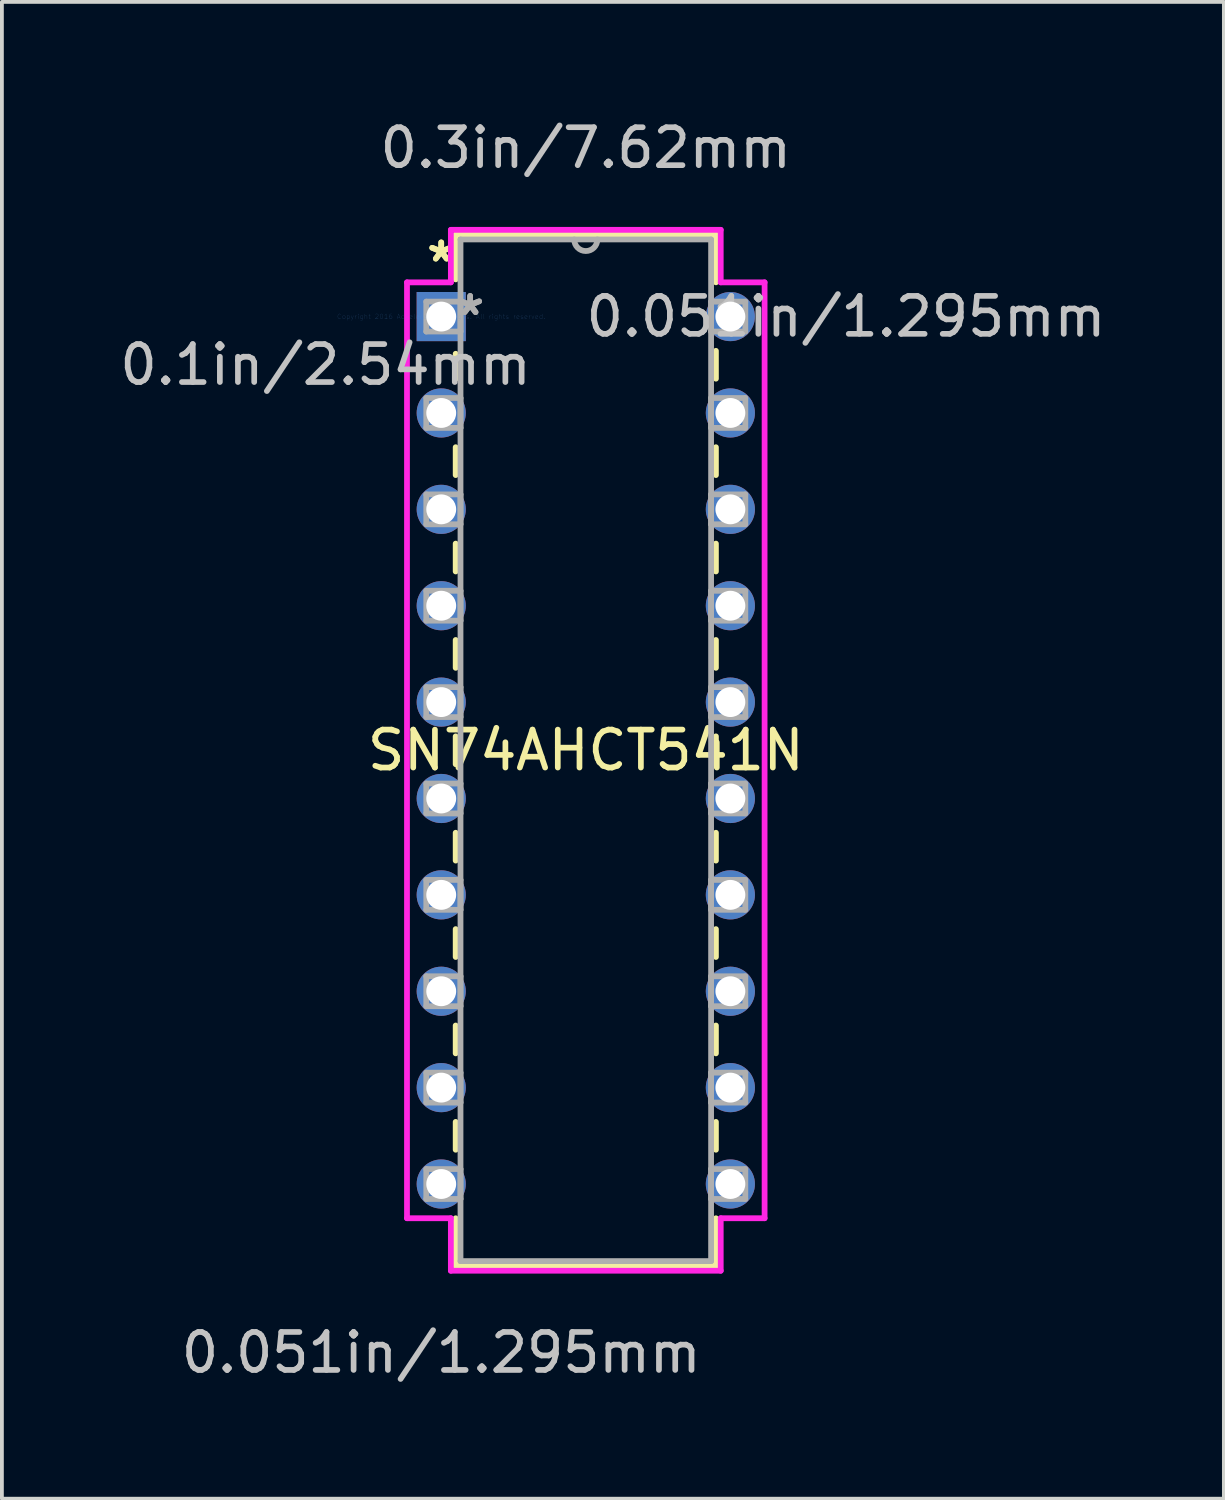
<source format=kicad_pcb>
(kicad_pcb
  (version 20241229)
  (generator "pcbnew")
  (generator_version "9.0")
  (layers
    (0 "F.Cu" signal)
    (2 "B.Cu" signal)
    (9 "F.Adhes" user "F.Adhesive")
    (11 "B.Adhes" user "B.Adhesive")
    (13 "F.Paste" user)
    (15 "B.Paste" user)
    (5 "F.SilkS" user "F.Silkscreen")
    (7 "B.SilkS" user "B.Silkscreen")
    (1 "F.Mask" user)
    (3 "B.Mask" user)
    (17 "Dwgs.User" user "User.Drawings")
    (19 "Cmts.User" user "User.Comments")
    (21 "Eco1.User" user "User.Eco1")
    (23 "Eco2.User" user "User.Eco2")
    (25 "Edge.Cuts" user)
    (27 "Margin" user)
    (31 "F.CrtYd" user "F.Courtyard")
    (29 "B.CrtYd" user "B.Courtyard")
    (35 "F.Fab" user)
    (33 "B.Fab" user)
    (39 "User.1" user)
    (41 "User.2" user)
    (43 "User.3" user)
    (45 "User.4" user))
  (footprint "SN74AHCT541N"
    (layer "F.Cu")
    (at 8.578 5.293)
    (property "Reference" "SN74AHCT541N" (at 3.81 11.43 0) (layer "F.SilkS") (effects (font (size 1 1) (thickness 0.15))))
    (attr through_hole)
    (fp_line (start 0.381 -2.159) (end 0.381 -0.98) (stroke (width 0.152) (type solid)) (layer "F.SilkS"))
    (fp_line (start 0.381 0.98) (end 0.381 1.637) (stroke (width 0.152) (type solid)) (layer "F.SilkS"))
    (fp_line (start 0.381 3.443) (end 0.381 4.177) (stroke (width 0.152) (type solid)) (layer "F.SilkS"))
    (fp_line (start 0.381 5.983) (end 0.381 6.717) (stroke (width 0.152) (type solid)) (layer "F.SilkS"))
    (fp_line (start 0.381 8.523) (end 0.381 9.257) (stroke (width 0.152) (type solid)) (layer "F.SilkS"))
    (fp_line (start 0.381 11.063) (end 0.381 11.797) (stroke (width 0.152) (type solid)) (layer "F.SilkS"))
    (fp_line (start 0.381 13.603) (end 0.381 14.337) (stroke (width 0.152) (type solid)) (layer "F.SilkS"))
    (fp_line (start 0.381 16.143) (end 0.381 16.877) (stroke (width 0.152) (type solid)) (layer "F.SilkS"))
    (fp_line (start 0.381 18.683) (end 0.381 19.417) (stroke (width 0.152) (type solid)) (layer "F.SilkS"))
    (fp_line (start 0.381 21.223) (end 0.381 21.957) (stroke (width 0.152) (type solid)) (layer "F.SilkS"))
    (fp_line (start 0.381 23.763) (end 0.381 25.019) (stroke (width 0.152) (type solid)) (layer "F.SilkS"))
    (fp_line (start 0.381 25.019) (end 7.239 25.019) (stroke (width 0.152) (type solid)) (layer "F.SilkS"))
    (fp_line (start 7.239 -2.159) (end 0.381 -2.159) (stroke (width 0.152) (type solid)) (layer "F.SilkS"))
    (fp_line (start 7.239 -0.903) (end 7.239 -2.159) (stroke (width 0.152) (type solid)) (layer "F.SilkS"))
    (fp_line (start 7.239 1.637) (end 7.239 0.903) (stroke (width 0.152) (type solid)) (layer "F.SilkS"))
    (fp_line (start 7.239 4.177) (end 7.239 3.443) (stroke (width 0.152) (type solid)) (layer "F.SilkS"))
    (fp_line (start 7.239 6.717) (end 7.239 5.983) (stroke (width 0.152) (type solid)) (layer "F.SilkS"))
    (fp_line (start 7.239 9.257) (end 7.239 8.523) (stroke (width 0.152) (type solid)) (layer "F.SilkS"))
    (fp_line (start 7.239 11.797) (end 7.239 11.063) (stroke (width 0.152) (type solid)) (layer "F.SilkS"))
    (fp_line (start 7.239 14.337) (end 7.239 13.603) (stroke (width 0.152) (type solid)) (layer "F.SilkS"))
    (fp_line (start 7.239 16.877) (end 7.239 16.143) (stroke (width 0.152) (type solid)) (layer "F.SilkS"))
    (fp_line (start 7.239 19.417) (end 7.239 18.683) (stroke (width 0.152) (type solid)) (layer "F.SilkS"))
    (fp_line (start 7.239 21.957) (end 7.239 21.223) (stroke (width 0.152) (type solid)) (layer "F.SilkS"))
    (fp_line (start 7.239 25.019) (end 7.239 23.763) (stroke (width 0.152) (type solid)) (layer "F.SilkS"))
    (fp_line (start -0.902 -0.902) (end -0.902 23.762) (stroke (width 0.152) (type solid)) (layer "F.CrtYd"))
    (fp_line (start -0.902 23.762) (end 0.254 23.762) (stroke (width 0.152) (type solid)) (layer "F.CrtYd"))
    (fp_line (start 0.254 -2.286) (end 0.254 -0.902) (stroke (width 0.152) (type solid)) (layer "F.CrtYd"))
    (fp_line (start 0.254 -0.902) (end -0.902 -0.902) (stroke (width 0.152) (type solid)) (layer "F.CrtYd"))
    (fp_line (start 0.254 23.762) (end 0.254 25.146) (stroke (width 0.152) (type solid)) (layer "F.CrtYd"))
    (fp_line (start 0.254 25.146) (end 7.366 25.146) (stroke (width 0.152) (type solid)) (layer "F.CrtYd"))
    (fp_line (start 7.366 -2.286) (end 0.254 -2.286) (stroke (width 0.152) (type solid)) (layer "F.CrtYd"))
    (fp_line (start 7.366 -0.902) (end 7.366 -2.286) (stroke (width 0.152) (type solid)) (layer "F.CrtYd"))
    (fp_line (start 7.366 23.762) (end 8.522 23.762) (stroke (width 0.152) (type solid)) (layer "F.CrtYd"))
    (fp_line (start 7.366 25.146) (end 7.366 23.762) (stroke (width 0.152) (type solid)) (layer "F.CrtYd"))
    (fp_line (start 8.522 -0.902) (end 7.366 -0.902) (stroke (width 0.152) (type solid)) (layer "F.CrtYd"))
    (fp_line (start 8.522 23.762) (end 8.522 -0.902) (stroke (width 0.152) (type solid)) (layer "F.CrtYd"))
    (fp_line (start -0.394 -0.394) (end -0.394 0.394) (stroke (width 0.152) (type solid)) (layer "F.Fab"))
    (fp_line (start -0.394 0.394) (end 0.508 0.394) (stroke (width 0.152) (type solid)) (layer "F.Fab"))
    (fp_line (start -0.394 2.146) (end -0.394 2.934) (stroke (width 0.152) (type solid)) (layer "F.Fab"))
    (fp_line (start -0.394 2.934) (end 0.508 2.934) (stroke (width 0.152) (type solid)) (layer "F.Fab"))
    (fp_line (start -0.394 4.686) (end -0.394 5.474) (stroke (width 0.152) (type solid)) (layer "F.Fab"))
    (fp_line (start -0.394 5.474) (end 0.508 5.474) (stroke (width 0.152) (type solid)) (layer "F.Fab"))
    (fp_line (start -0.394 7.226) (end -0.394 8.014) (stroke (width 0.152) (type solid)) (layer "F.Fab"))
    (fp_line (start -0.394 8.014) (end 0.508 8.014) (stroke (width 0.152) (type solid)) (layer "F.Fab"))
    (fp_line (start -0.394 9.766) (end -0.394 10.554) (stroke (width 0.152) (type solid)) (layer "F.Fab"))
    (fp_line (start -0.394 10.554) (end 0.508 10.554) (stroke (width 0.152) (type solid)) (layer "F.Fab"))
    (fp_line (start -0.394 12.306) (end -0.394 13.094) (stroke (width 0.152) (type solid)) (layer "F.Fab"))
    (fp_line (start -0.394 13.094) (end 0.508 13.094) (stroke (width 0.152) (type solid)) (layer "F.Fab"))
    (fp_line (start -0.394 14.846) (end -0.394 15.634) (stroke (width 0.152) (type solid)) (layer "F.Fab"))
    (fp_line (start -0.394 15.634) (end 0.508 15.634) (stroke (width 0.152) (type solid)) (layer "F.Fab"))
    (fp_line (start -0.394 17.386) (end -0.394 18.174) (stroke (width 0.152) (type solid)) (layer "F.Fab"))
    (fp_line (start -0.394 18.174) (end 0.508 18.174) (stroke (width 0.152) (type solid)) (layer "F.Fab"))
    (fp_line (start -0.394 19.926) (end -0.394 20.714) (stroke (width 0.152) (type solid)) (layer "F.Fab"))
    (fp_line (start -0.394 20.714) (end 0.508 20.714) (stroke (width 0.152) (type solid)) (layer "F.Fab"))
    (fp_line (start -0.394 22.466) (end -0.394 23.254) (stroke (width 0.152) (type solid)) (layer "F.Fab"))
    (fp_line (start -0.394 23.254) (end 0.508 23.254) (stroke (width 0.152) (type solid)) (layer "F.Fab"))
    (fp_line (start 0.508 -2.032) (end 0.508 24.892) (stroke (width 0.152) (type solid)) (layer "F.Fab"))
    (fp_line (start 0.508 -0.394) (end -0.394 -0.394) (stroke (width 0.152) (type solid)) (layer "F.Fab"))
    (fp_line (start 0.508 0.394) (end 0.508 -0.394) (stroke (width 0.152) (type solid)) (layer "F.Fab"))
    (fp_line (start 0.508 2.146) (end -0.394 2.146) (stroke (width 0.152) (type solid)) (layer "F.Fab"))
    (fp_line (start 0.508 2.934) (end 0.508 2.146) (stroke (width 0.152) (type solid)) (layer "F.Fab"))
    (fp_line (start 0.508 4.686) (end -0.394 4.686) (stroke (width 0.152) (type solid)) (layer "F.Fab"))
    (fp_line (start 0.508 5.474) (end 0.508 4.686) (stroke (width 0.152) (type solid)) (layer "F.Fab"))
    (fp_line (start 0.508 7.226) (end -0.394 7.226) (stroke (width 0.152) (type solid)) (layer "F.Fab"))
    (fp_line (start 0.508 8.014) (end 0.508 7.226) (stroke (width 0.152) (type solid)) (layer "F.Fab"))
    (fp_line (start 0.508 9.766) (end -0.394 9.766) (stroke (width 0.152) (type solid)) (layer "F.Fab"))
    (fp_line (start 0.508 10.554) (end 0.508 9.766) (stroke (width 0.152) (type solid)) (layer "F.Fab"))
    (fp_line (start 0.508 12.306) (end -0.394 12.306) (stroke (width 0.152) (type solid)) (layer "F.Fab"))
    (fp_line (start 0.508 13.094) (end 0.508 12.306) (stroke (width 0.152) (type solid)) (layer "F.Fab"))
    (fp_line (start 0.508 14.846) (end -0.394 14.846) (stroke (width 0.152) (type solid)) (layer "F.Fab"))
    (fp_line (start 0.508 15.634) (end 0.508 14.846) (stroke (width 0.152) (type solid)) (layer "F.Fab"))
    (fp_line (start 0.508 17.386) (end -0.394 17.386) (stroke (width 0.152) (type solid)) (layer "F.Fab"))
    (fp_line (start 0.508 18.174) (end 0.508 17.386) (stroke (width 0.152) (type solid)) (layer "F.Fab"))
    (fp_line (start 0.508 19.926) (end -0.394 19.926) (stroke (width 0.152) (type solid)) (layer "F.Fab"))
    (fp_line (start 0.508 20.714) (end 0.508 19.926) (stroke (width 0.152) (type solid)) (layer "F.Fab"))
    (fp_line (start 0.508 22.466) (end -0.394 22.466) (stroke (width 0.152) (type solid)) (layer "F.Fab"))
    (fp_line (start 0.508 23.254) (end 0.508 22.466) (stroke (width 0.152) (type solid)) (layer "F.Fab"))
    (fp_line (start 0.508 24.892) (end 7.112 24.892) (stroke (width 0.152) (type solid)) (layer "F.Fab"))
    (fp_line (start 7.112 -2.032) (end 0.508 -2.032) (stroke (width 0.152) (type solid)) (layer "F.Fab"))
    (fp_line (start 7.112 -0.394) (end 7.112 0.394) (stroke (width 0.152) (type solid)) (layer "F.Fab"))
    (fp_line (start 7.112 0.394) (end 8.014 0.394) (stroke (width 0.152) (type solid)) (layer "F.Fab"))
    (fp_line (start 7.112 2.146) (end 7.112 2.934) (stroke (width 0.152) (type solid)) (layer "F.Fab"))
    (fp_line (start 7.112 2.934) (end 8.014 2.934) (stroke (width 0.152) (type solid)) (layer "F.Fab"))
    (fp_line (start 7.112 4.686) (end 7.112 5.474) (stroke (width 0.152) (type solid)) (layer "F.Fab"))
    (fp_line (start 7.112 5.474) (end 8.014 5.474) (stroke (width 0.152) (type solid)) (layer "F.Fab"))
    (fp_line (start 7.112 7.226) (end 7.112 8.014) (stroke (width 0.152) (type solid)) (layer "F.Fab"))
    (fp_line (start 7.112 8.014) (end 8.014 8.014) (stroke (width 0.152) (type solid)) (layer "F.Fab"))
    (fp_line (start 7.112 9.766) (end 7.112 10.554) (stroke (width 0.152) (type solid)) (layer "F.Fab"))
    (fp_line (start 7.112 10.554) (end 8.014 10.554) (stroke (width 0.152) (type solid)) (layer "F.Fab"))
    (fp_line (start 7.112 12.306) (end 7.112 13.094) (stroke (width 0.152) (type solid)) (layer "F.Fab"))
    (fp_line (start 7.112 13.094) (end 8.014 13.094) (stroke (width 0.152) (type solid)) (layer "F.Fab"))
    (fp_line (start 7.112 14.846) (end 7.112 15.634) (stroke (width 0.152) (type solid)) (layer "F.Fab"))
    (fp_line (start 7.112 15.634) (end 8.014 15.634) (stroke (width 0.152) (type solid)) (layer "F.Fab"))
    (fp_line (start 7.112 17.386) (end 7.112 18.174) (stroke (width 0.152) (type solid)) (layer "F.Fab"))
    (fp_line (start 7.112 18.174) (end 8.014 18.174) (stroke (width 0.152) (type solid)) (layer "F.Fab"))
    (fp_line (start 7.112 19.926) (end 7.112 20.714) (stroke (width 0.152) (type solid)) (layer "F.Fab"))
    (fp_line (start 7.112 20.714) (end 8.014 20.714) (stroke (width 0.152) (type solid)) (layer "F.Fab"))
    (fp_line (start 7.112 22.466) (end 7.112 23.254) (stroke (width 0.152) (type solid)) (layer "F.Fab"))
    (fp_line (start 7.112 23.254) (end 8.014 23.254) (stroke (width 0.152) (type solid)) (layer "F.Fab"))
    (fp_line (start 7.112 24.892) (end 7.112 -2.032) (stroke (width 0.152) (type solid)) (layer "F.Fab"))
    (fp_line (start 8.014 -0.394) (end 7.112 -0.394) (stroke (width 0.152) (type solid)) (layer "F.Fab"))
    (fp_line (start 8.014 0.394) (end 8.014 -0.394) (stroke (width 0.152) (type solid)) (layer "F.Fab"))
    (fp_line (start 8.014 2.146) (end 7.112 2.146) (stroke (width 0.152) (type solid)) (layer "F.Fab"))
    (fp_line (start 8.014 2.934) (end 8.014 2.146) (stroke (width 0.152) (type solid)) (layer "F.Fab"))
    (fp_line (start 8.014 4.686) (end 7.112 4.686) (stroke (width 0.152) (type solid)) (layer "F.Fab"))
    (fp_line (start 8.014 5.474) (end 8.014 4.686) (stroke (width 0.152) (type solid)) (layer "F.Fab"))
    (fp_line (start 8.014 7.226) (end 7.112 7.226) (stroke (width 0.152) (type solid)) (layer "F.Fab"))
    (fp_line (start 8.014 8.014) (end 8.014 7.226) (stroke (width 0.152) (type solid)) (layer "F.Fab"))
    (fp_line (start 8.014 9.766) (end 7.112 9.766) (stroke (width 0.152) (type solid)) (layer "F.Fab"))
    (fp_line (start 8.014 10.554) (end 8.014 9.766) (stroke (width 0.152) (type solid)) (layer "F.Fab"))
    (fp_line (start 8.014 12.306) (end 7.112 12.306) (stroke (width 0.152) (type solid)) (layer "F.Fab"))
    (fp_line (start 8.014 13.094) (end 8.014 12.306) (stroke (width 0.152) (type solid)) (layer "F.Fab"))
    (fp_line (start 8.014 14.846) (end 7.112 14.846) (stroke (width 0.152) (type solid)) (layer "F.Fab"))
    (fp_line (start 8.014 15.634) (end 8.014 14.846) (stroke (width 0.152) (type solid)) (layer "F.Fab"))
    (fp_line (start 8.014 17.386) (end 7.112 17.386) (stroke (width 0.152) (type solid)) (layer "F.Fab"))
    (fp_line (start 8.014 18.174) (end 8.014 17.386) (stroke (width 0.152) (type solid)) (layer "F.Fab"))
    (fp_line (start 8.014 19.926) (end 7.112 19.926) (stroke (width 0.152) (type solid)) (layer "F.Fab"))
    (fp_line (start 8.014 20.714) (end 8.014 19.926) (stroke (width 0.152) (type solid)) (layer "F.Fab"))
    (fp_line (start 8.014 22.466) (end 7.112 22.466) (stroke (width 0.152) (type solid)) (layer "F.Fab"))
    (fp_line (start 8.014 23.254) (end 8.014 22.466) (stroke (width 0.152) (type solid)) (layer "F.Fab"))
    (fp_arc (start 4.1148 -2.032) (mid 3.81 -1.7272) (end 3.5052 -2.032) (stroke (width 0.1524) (type solid)) (layer "F.Fab"))
    (fp_text user "*" (at 0 -1.41 0) (layer "F.SilkS") (effects (font (size 1 1) (thickness 0.15))))
    (fp_text user "*" (at 0 -1.41 0) (layer "F.SilkS") (effects (font (size 1 1) (thickness 0.15))))
    (fp_text user "0.051in/1.295mm" (at 0 27.305 0) (layer "Dwgs.User") (effects (font (size 1 1) (thickness 0.15))))
    (fp_text user "0.3in/7.62mm" (at 3.81 -4.445 0) (layer "Dwgs.User") (effects (font (size 1 1) (thickness 0.15))))
    (fp_text user "0.051in/1.295mm" (at 10.668 0 0) (layer "Dwgs.User") (effects (font (size 1 1) (thickness 0.15))))
    (fp_text user "0.1in/2.54mm" (at -3.048 1.27 0) (layer "Dwgs.User") (effects (font (size 1 1) (thickness 0.15))))
    (fp_text user "Copyright 2016 Accelerated Designs. All rights reserved." (at 0 0 0) (layer "Cmts.User") (effects (font (size 0.127 0.127) (thickness 0.002))))
    (fp_text user "*" (at 0.762 0 0) (layer "F.Fab") (effects (font (size 1 1) (thickness 0.15))))
    (fp_text user "*" (at 0.762 0 0) (layer "F.Fab") (effects (font (size 1 1) (thickness 0.15))))
    (pad "1" thru_hole rect (at 0 0) (size 1.295 1.295) (drill 0.787) (layers "*.Cu" "*.Mask"))
    (pad "2" thru_hole circle (at 0 2.54) (size 1.295 1.295) (drill 0.787) (layers "*.Cu" "*.Mask"))
    (pad "3" thru_hole circle (at 0 5.08) (size 1.295 1.295) (drill 0.787) (layers "*.Cu" "*.Mask"))
    (pad "4" thru_hole circle (at 0 7.62) (size 1.295 1.295) (drill 0.787) (layers "*.Cu" "*.Mask"))
    (pad "5" thru_hole circle (at 0 10.16) (size 1.295 1.295) (drill 0.787) (layers "*.Cu" "*.Mask"))
    (pad "6" thru_hole circle (at 0 12.7) (size 1.295 1.295) (drill 0.787) (layers "*.Cu" "*.Mask"))
    (pad "7" thru_hole circle (at 0 15.24) (size 1.295 1.295) (drill 0.787) (layers "*.Cu" "*.Mask"))
    (pad "8" thru_hole circle (at 0 17.78) (size 1.295 1.295) (drill 0.787) (layers "*.Cu" "*.Mask"))
    (pad "9" thru_hole circle (at 0 20.32) (size 1.295 1.295) (drill 0.787) (layers "*.Cu" "*.Mask"))
    (pad "10" thru_hole circle (at 0 22.86) (size 1.295 1.295) (drill 0.787) (layers "*.Cu" "*.Mask"))
    (pad "11" thru_hole circle (at 7.62 22.86) (size 1.295 1.295) (drill 0.787) (layers "*.Cu" "*.Mask"))
    (pad "12" thru_hole circle (at 7.62 20.32) (size 1.295 1.295) (drill 0.787) (layers "*.Cu" "*.Mask"))
    (pad "13" thru_hole circle (at 7.62 17.78) (size 1.295 1.295) (drill 0.787) (layers "*.Cu" "*.Mask"))
    (pad "14" thru_hole circle (at 7.62 15.24) (size 1.295 1.295) (drill 0.787) (layers "*.Cu" "*.Mask"))
    (pad "15" thru_hole circle (at 7.62 12.7) (size 1.295 1.295) (drill 0.787) (layers "*.Cu" "*.Mask"))
    (pad "16" thru_hole circle (at 7.62 10.16) (size 1.295 1.295) (drill 0.787) (layers "*.Cu" "*.Mask"))
    (pad "17" thru_hole circle (at 7.62 7.62) (size 1.295 1.295) (drill 0.787) (layers "*.Cu" "*.Mask"))
    (pad "18" thru_hole circle (at 7.62 5.08) (size 1.295 1.295) (drill 0.787) (layers "*.Cu" "*.Mask"))
    (pad "19" thru_hole circle (at 7.62 2.54) (size 1.295 1.295) (drill 0.787) (layers "*.Cu" "*.Mask"))
    (pad "20" thru_hole circle (at 7.62 0) (size 1.295 1.295) (drill 0.787) (layers "*.Cu" "*.Mask")))
  (gr_rect
    (start -3 -3)
    (end 29.204 36.447)
    (stroke (width 0.1) (type default))
    (fill no)
    (layer "Edge.Cuts")))
</source>
